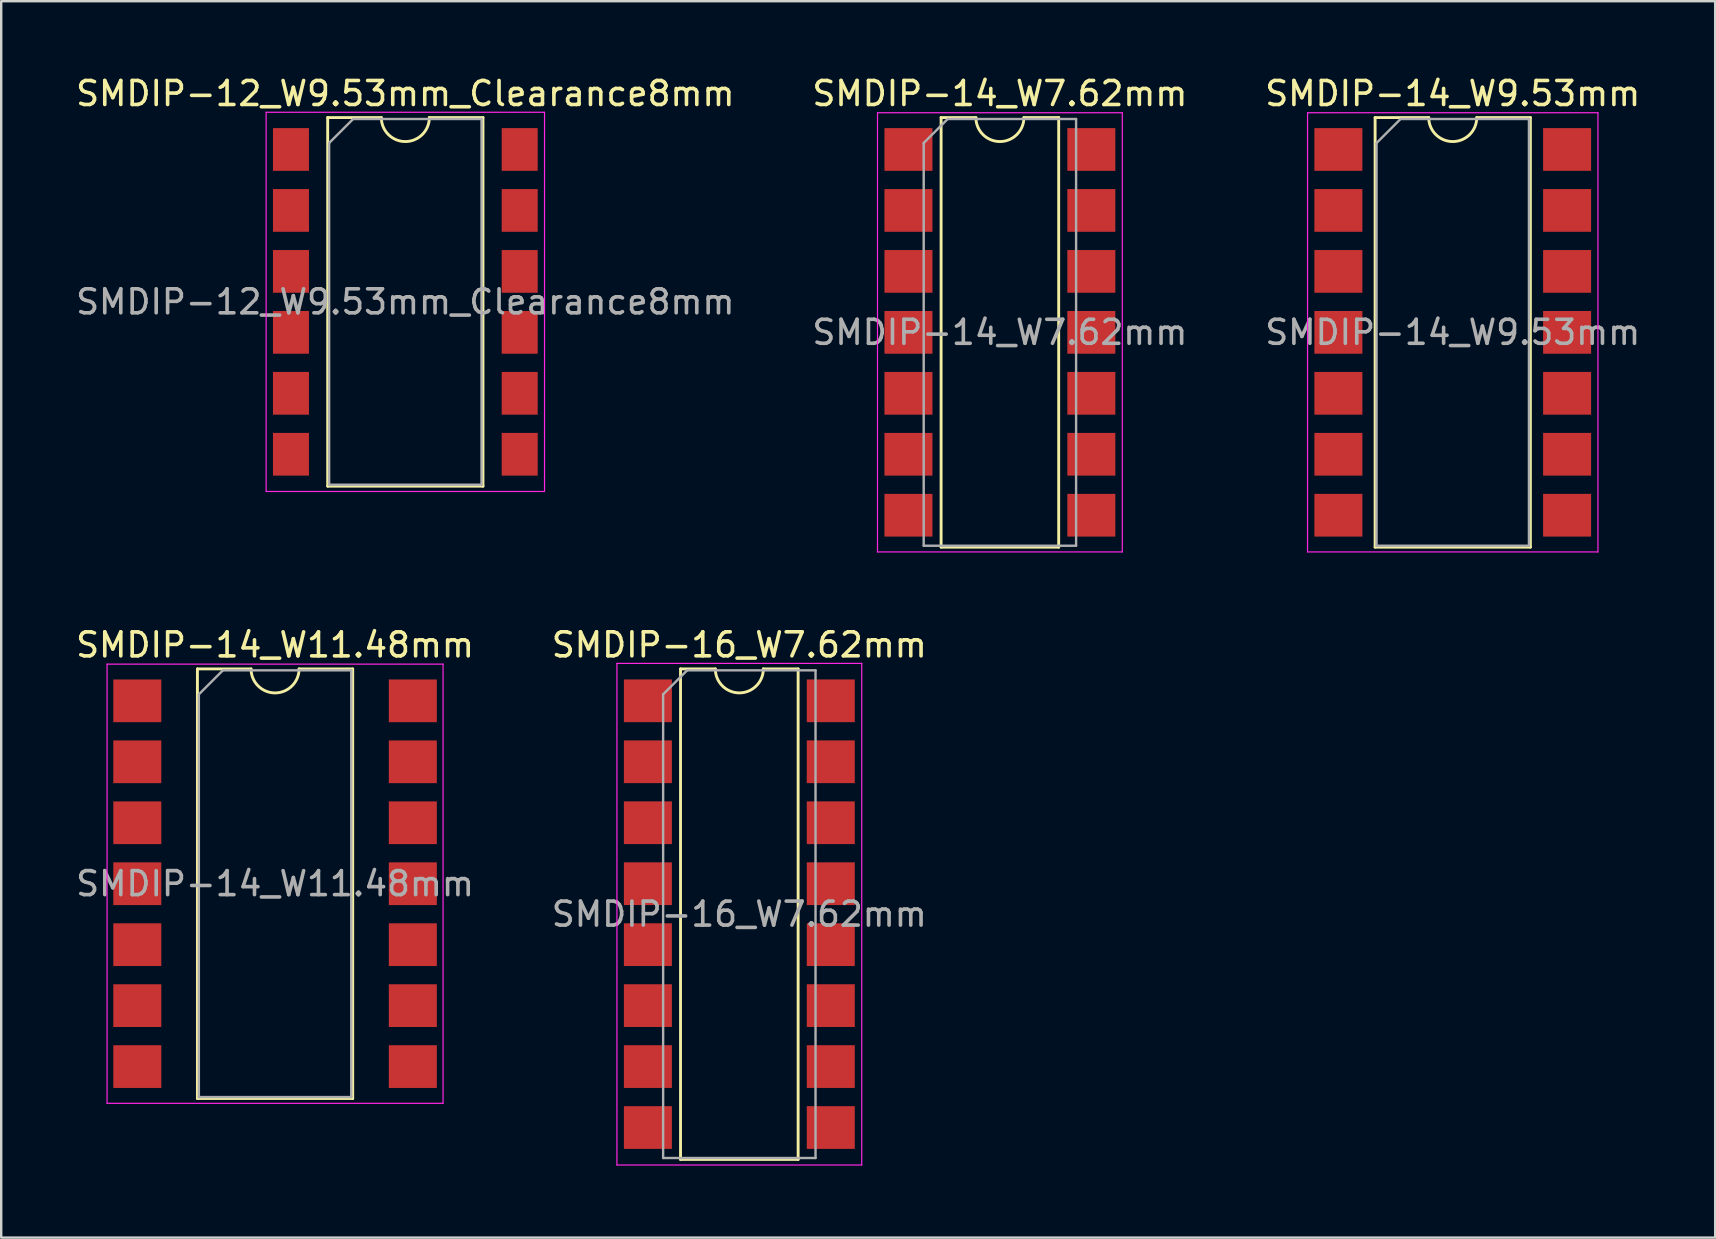
<source format=kicad_pcb>
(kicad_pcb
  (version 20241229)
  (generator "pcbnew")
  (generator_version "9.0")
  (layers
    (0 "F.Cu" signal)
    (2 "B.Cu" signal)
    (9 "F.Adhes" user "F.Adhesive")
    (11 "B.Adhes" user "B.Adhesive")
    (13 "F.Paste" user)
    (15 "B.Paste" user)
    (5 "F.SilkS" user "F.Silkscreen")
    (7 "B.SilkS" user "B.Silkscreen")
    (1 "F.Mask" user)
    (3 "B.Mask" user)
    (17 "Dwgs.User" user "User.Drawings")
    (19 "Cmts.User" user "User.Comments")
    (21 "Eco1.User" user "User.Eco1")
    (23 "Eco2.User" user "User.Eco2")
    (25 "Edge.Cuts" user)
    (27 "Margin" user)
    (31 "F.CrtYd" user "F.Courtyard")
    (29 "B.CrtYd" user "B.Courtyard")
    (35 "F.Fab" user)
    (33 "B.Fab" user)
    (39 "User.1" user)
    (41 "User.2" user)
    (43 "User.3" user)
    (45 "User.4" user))
  (footprint "SMDIP-14_W11.48mm"
    (layer "F.Cu")
    (at 8.411 33.772)
    (property "Reference" "SMDIP-14_W11.48mm" (at 0 -9.95 0) (layer "F.SilkS") (effects (font (size 1 1) (thickness 0.15))))
    (attr smd)
    (fp_line (start -3.235 -8.95) (end -3.235 8.95) (stroke (width 0.12) (type solid)) (layer "F.SilkS"))
    (fp_line (start -3.235 8.95) (end 3.235 8.95) (stroke (width 0.12) (type solid)) (layer "F.SilkS"))
    (fp_line (start -1 -8.95) (end -3.235 -8.95) (stroke (width 0.12) (type solid)) (layer "F.SilkS"))
    (fp_line (start 3.235 -8.95) (end 1 -8.95) (stroke (width 0.12) (type solid)) (layer "F.SilkS"))
    (fp_line (start 3.235 8.95) (end 3.235 -8.95) (stroke (width 0.12) (type solid)) (layer "F.SilkS"))
    (fp_arc (start 1 -8.95) (mid 0 -7.95) (end -1 -8.95) (stroke (width 0.12) (type solid)) (layer "F.SilkS"))
    (fp_line (start -7 -9.15) (end -7 9.15) (stroke (width 0.05) (type solid)) (layer "F.CrtYd"))
    (fp_line (start -7 9.15) (end 7 9.15) (stroke (width 0.05) (type solid)) (layer "F.CrtYd"))
    (fp_line (start 7 -9.15) (end -7 -9.15) (stroke (width 0.05) (type solid)) (layer "F.CrtYd"))
    (fp_line (start 7 9.15) (end 7 -9.15) (stroke (width 0.05) (type solid)) (layer "F.CrtYd"))
    (fp_line (start -3.175 -7.89) (end -2.175 -8.89) (stroke (width 0.1) (type solid)) (layer "F.Fab"))
    (fp_line (start -3.175 8.89) (end -3.175 -7.89) (stroke (width 0.1) (type solid)) (layer "F.Fab"))
    (fp_line (start -2.175 -8.89) (end 3.175 -8.89) (stroke (width 0.1) (type solid)) (layer "F.Fab"))
    (fp_line (start 3.175 -8.89) (end 3.175 8.89) (stroke (width 0.1) (type solid)) (layer "F.Fab"))
    (fp_line (start 3.175 8.89) (end -3.175 8.89) (stroke (width 0.1) (type solid)) (layer "F.Fab"))
    (fp_text user "${REFERENCE}" (at 0 0 0) (layer "F.Fab") (effects (font (size 1 1) (thickness 0.15))))
    (pad "1" smd rect (at -5.74 -7.62) (size 2 1.78) (layers "F.Cu" "F.Mask" "F.Paste"))
    (pad "2" smd rect (at -5.74 -5.08) (size 2 1.78) (layers "F.Cu" "F.Mask" "F.Paste"))
    (pad "3" smd rect (at -5.74 -2.54) (size 2 1.78) (layers "F.Cu" "F.Mask" "F.Paste"))
    (pad "4" smd rect (at -5.74 0) (size 2 1.78) (layers "F.Cu" "F.Mask" "F.Paste"))
    (pad "5" smd rect (at -5.74 2.54) (size 2 1.78) (layers "F.Cu" "F.Mask" "F.Paste"))
    (pad "6" smd rect (at -5.74 5.08) (size 2 1.78) (layers "F.Cu" "F.Mask" "F.Paste"))
    (pad "7" smd rect (at -5.74 7.62) (size 2 1.78) (layers "F.Cu" "F.Mask" "F.Paste"))
    (pad "8" smd rect (at 5.74 7.62) (size 2 1.78) (layers "F.Cu" "F.Mask" "F.Paste"))
    (pad "9" smd rect (at 5.74 5.08) (size 2 1.78) (layers "F.Cu" "F.Mask" "F.Paste"))
    (pad "10" smd rect (at 5.74 2.54) (size 2 1.78) (layers "F.Cu" "F.Mask" "F.Paste"))
    (pad "11" smd rect (at 5.74 0) (size 2 1.78) (layers "F.Cu" "F.Mask" "F.Paste"))
    (pad "12" smd rect (at 5.74 -2.54) (size 2 1.78) (layers "F.Cu" "F.Mask" "F.Paste"))
    (pad "13" smd rect (at 5.74 -5.08) (size 2 1.78) (layers "F.Cu" "F.Mask" "F.Paste"))
    (pad "14" smd rect (at 5.74 -7.62) (size 2 1.78) (layers "F.Cu" "F.Mask" "F.Paste")))
  (footprint "SMDIP-12_W9.53mm_Clearance8mm"
    (layer "F.Cu")
    (at 13.839 9.528)
    (property "Reference" "SMDIP-12_W9.53mm_Clearance8mm" (at 0 -8.68 0) (layer "F.SilkS") (effects (font (size 1 1) (thickness 0.15))))
    (attr smd)
    (fp_line (start -3.235 -7.68) (end -3.235 7.68) (stroke (width 0.12) (type solid)) (layer "F.SilkS"))
    (fp_line (start -3.235 7.68) (end 3.235 7.68) (stroke (width 0.12) (type solid)) (layer "F.SilkS"))
    (fp_line (start -1 -7.68) (end -3.235 -7.68) (stroke (width 0.12) (type solid)) (layer "F.SilkS"))
    (fp_line (start 3.235 -7.68) (end 1 -7.68) (stroke (width 0.12) (type solid)) (layer "F.SilkS"))
    (fp_line (start 3.235 7.68) (end 3.235 -7.68) (stroke (width 0.12) (type solid)) (layer "F.SilkS"))
    (fp_arc (start 1 -7.68) (mid 0 -6.68) (end -1 -7.68) (stroke (width 0.12) (type solid)) (layer "F.SilkS"))
    (fp_line (start -5.8 -7.9) (end -5.8 7.9) (stroke (width 0.05) (type solid)) (layer "F.CrtYd"))
    (fp_line (start -5.8 7.9) (end 5.8 7.9) (stroke (width 0.05) (type solid)) (layer "F.CrtYd"))
    (fp_line (start 5.8 -7.9) (end -5.8 -7.9) (stroke (width 0.05) (type solid)) (layer "F.CrtYd"))
    (fp_line (start 5.8 7.9) (end 5.8 -7.9) (stroke (width 0.05) (type solid)) (layer "F.CrtYd"))
    (fp_line (start -3.175 -6.62) (end -2.175 -7.62) (stroke (width 0.1) (type solid)) (layer "F.Fab"))
    (fp_line (start -3.175 7.62) (end -3.175 -6.62) (stroke (width 0.1) (type solid)) (layer "F.Fab"))
    (fp_line (start -2.175 -7.62) (end 3.175 -7.62) (stroke (width 0.1) (type solid)) (layer "F.Fab"))
    (fp_line (start 3.175 -7.62) (end 3.175 7.62) (stroke (width 0.1) (type solid)) (layer "F.Fab"))
    (fp_line (start 3.175 7.62) (end -3.175 7.62) (stroke (width 0.1) (type solid)) (layer "F.Fab"))
    (fp_text user "${REFERENCE}" (at 0 0 0) (layer "F.Fab") (effects (font (size 1 1) (thickness 0.15))))
    (pad "1" smd rect (at -4.765 -6.35) (size 1.5 1.78) (layers "F.Cu" "F.Mask" "F.Paste"))
    (pad "2" smd rect (at -4.765 -3.81) (size 1.5 1.78) (layers "F.Cu" "F.Mask" "F.Paste"))
    (pad "3" smd rect (at -4.765 -1.27) (size 1.5 1.78) (layers "F.Cu" "F.Mask" "F.Paste"))
    (pad "4" smd rect (at -4.765 1.27) (size 1.5 1.78) (layers "F.Cu" "F.Mask" "F.Paste"))
    (pad "5" smd rect (at -4.765 3.81) (size 1.5 1.78) (layers "F.Cu" "F.Mask" "F.Paste"))
    (pad "6" smd rect (at -4.765 6.35) (size 1.5 1.78) (layers "F.Cu" "F.Mask" "F.Paste"))
    (pad "7" smd rect (at 4.765 6.35) (size 1.5 1.78) (layers "F.Cu" "F.Mask" "F.Paste"))
    (pad "8" smd rect (at 4.765 3.81) (size 1.5 1.78) (layers "F.Cu" "F.Mask" "F.Paste"))
    (pad "9" smd rect (at 4.765 1.27) (size 1.5 1.78) (layers "F.Cu" "F.Mask" "F.Paste"))
    (pad "10" smd rect (at 4.765 -1.27) (size 1.5 1.78) (layers "F.Cu" "F.Mask" "F.Paste"))
    (pad "11" smd rect (at 4.765 -3.81) (size 1.5 1.78) (layers "F.Cu" "F.Mask" "F.Paste"))
    (pad "12" smd rect (at 4.765 -6.35) (size 1.5 1.78) (layers "F.Cu" "F.Mask" "F.Paste")))
  (footprint "SMDIP-16_W7.62mm"
    (layer "F.Cu")
    (at 27.756 35.041)
    (property "Reference" "SMDIP-16_W7.62mm" (at 0 -11.22 0) (layer "F.SilkS") (effects (font (size 1 1) (thickness 0.15))))
    (attr smd)
    (fp_line (start -2.45 -10.22) (end -2.45 10.22) (stroke (width 0.12) (type solid)) (layer "F.SilkS"))
    (fp_line (start -2.45 10.22) (end 2.45 10.22) (stroke (width 0.12) (type solid)) (layer "F.SilkS"))
    (fp_line (start -1 -10.22) (end -2.45 -10.22) (stroke (width 0.12) (type solid)) (layer "F.SilkS"))
    (fp_line (start 2.45 -10.22) (end 1 -10.22) (stroke (width 0.12) (type solid)) (layer "F.SilkS"))
    (fp_line (start 2.45 10.22) (end 2.45 -10.22) (stroke (width 0.12) (type solid)) (layer "F.SilkS"))
    (fp_arc (start 1 -10.22) (mid 0 -9.22) (end -1 -10.22) (stroke (width 0.12) (type solid)) (layer "F.SilkS"))
    (fp_line (start -5.1 -10.45) (end -5.1 10.45) (stroke (width 0.05) (type solid)) (layer "F.CrtYd"))
    (fp_line (start -5.1 10.45) (end 5.1 10.45) (stroke (width 0.05) (type solid)) (layer "F.CrtYd"))
    (fp_line (start 5.1 -10.45) (end -5.1 -10.45) (stroke (width 0.05) (type solid)) (layer "F.CrtYd"))
    (fp_line (start 5.1 10.45) (end 5.1 -10.45) (stroke (width 0.05) (type solid)) (layer "F.CrtYd"))
    (fp_line (start -3.175 -9.16) (end -2.175 -10.16) (stroke (width 0.1) (type solid)) (layer "F.Fab"))
    (fp_line (start -3.175 10.16) (end -3.175 -9.16) (stroke (width 0.1) (type solid)) (layer "F.Fab"))
    (fp_line (start -2.175 -10.16) (end 3.175 -10.16) (stroke (width 0.1) (type solid)) (layer "F.Fab"))
    (fp_line (start 3.175 -10.16) (end 3.175 10.16) (stroke (width 0.1) (type solid)) (layer "F.Fab"))
    (fp_line (start 3.175 10.16) (end -3.175 10.16) (stroke (width 0.1) (type solid)) (layer "F.Fab"))
    (fp_text user "${REFERENCE}" (at 0 0 0) (layer "F.Fab") (effects (font (size 1 1) (thickness 0.15))))
    (pad "1" smd rect (at -3.81 -8.89) (size 2 1.78) (layers "F.Cu" "F.Mask" "F.Paste"))
    (pad "2" smd rect (at -3.81 -6.35) (size 2 1.78) (layers "F.Cu" "F.Mask" "F.Paste"))
    (pad "3" smd rect (at -3.81 -3.81) (size 2 1.78) (layers "F.Cu" "F.Mask" "F.Paste"))
    (pad "4" smd rect (at -3.81 -1.27) (size 2 1.78) (layers "F.Cu" "F.Mask" "F.Paste"))
    (pad "5" smd rect (at -3.81 1.27) (size 2 1.78) (layers "F.Cu" "F.Mask" "F.Paste"))
    (pad "6" smd rect (at -3.81 3.81) (size 2 1.78) (layers "F.Cu" "F.Mask" "F.Paste"))
    (pad "7" smd rect (at -3.81 6.35) (size 2 1.78) (layers "F.Cu" "F.Mask" "F.Paste"))
    (pad "8" smd rect (at -3.81 8.89) (size 2 1.78) (layers "F.Cu" "F.Mask" "F.Paste"))
    (pad "9" smd rect (at 3.81 8.89) (size 2 1.78) (layers "F.Cu" "F.Mask" "F.Paste"))
    (pad "10" smd rect (at 3.81 6.35) (size 2 1.78) (layers "F.Cu" "F.Mask" "F.Paste"))
    (pad "11" smd rect (at 3.81 3.81) (size 2 1.78) (layers "F.Cu" "F.Mask" "F.Paste"))
    (pad "12" smd rect (at 3.81 1.27) (size 2 1.78) (layers "F.Cu" "F.Mask" "F.Paste"))
    (pad "13" smd rect (at 3.81 -1.27) (size 2 1.78) (layers "F.Cu" "F.Mask" "F.Paste"))
    (pad "14" smd rect (at 3.81 -3.81) (size 2 1.78) (layers "F.Cu" "F.Mask" "F.Paste"))
    (pad "15" smd rect (at 3.81 -6.35) (size 2 1.78) (layers "F.Cu" "F.Mask" "F.Paste"))
    (pad "16" smd rect (at 3.81 -8.89) (size 2 1.78) (layers "F.Cu" "F.Mask" "F.Paste")))
  (footprint "SMDIP-14_W7.62mm"
    (layer "F.Cu")
    (at 38.613 10.798)
    (property "Reference" "SMDIP-14_W7.62mm" (at 0 -9.95 0) (layer "F.SilkS") (effects (font (size 1 1) (thickness 0.15))))
    (attr smd)
    (fp_line (start -2.45 -8.95) (end -2.45 8.95) (stroke (width 0.12) (type solid)) (layer "F.SilkS"))
    (fp_line (start -2.45 8.95) (end 2.45 8.95) (stroke (width 0.12) (type solid)) (layer "F.SilkS"))
    (fp_line (start -1 -8.95) (end -2.45 -8.95) (stroke (width 0.12) (type solid)) (layer "F.SilkS"))
    (fp_line (start 2.45 -8.95) (end 1 -8.95) (stroke (width 0.12) (type solid)) (layer "F.SilkS"))
    (fp_line (start 2.45 8.95) (end 2.45 -8.95) (stroke (width 0.12) (type solid)) (layer "F.SilkS"))
    (fp_arc (start 1 -8.95) (mid 0 -7.95) (end -1 -8.95) (stroke (width 0.12) (type solid)) (layer "F.SilkS"))
    (fp_line (start -5.1 -9.15) (end -5.1 9.15) (stroke (width 0.05) (type solid)) (layer "F.CrtYd"))
    (fp_line (start -5.1 9.15) (end 5.1 9.15) (stroke (width 0.05) (type solid)) (layer "F.CrtYd"))
    (fp_line (start 5.1 -9.15) (end -5.1 -9.15) (stroke (width 0.05) (type solid)) (layer "F.CrtYd"))
    (fp_line (start 5.1 9.15) (end 5.1 -9.15) (stroke (width 0.05) (type solid)) (layer "F.CrtYd"))
    (fp_line (start -3.175 -7.89) (end -2.175 -8.89) (stroke (width 0.1) (type solid)) (layer "F.Fab"))
    (fp_line (start -3.175 8.89) (end -3.175 -7.89) (stroke (width 0.1) (type solid)) (layer "F.Fab"))
    (fp_line (start -2.175 -8.89) (end 3.175 -8.89) (stroke (width 0.1) (type solid)) (layer "F.Fab"))
    (fp_line (start 3.175 -8.89) (end 3.175 8.89) (stroke (width 0.1) (type solid)) (layer "F.Fab"))
    (fp_line (start 3.175 8.89) (end -3.175 8.89) (stroke (width 0.1) (type solid)) (layer "F.Fab"))
    (fp_text user "${REFERENCE}" (at 0 0 0) (layer "F.Fab") (effects (font (size 1 1) (thickness 0.15))))
    (pad "1" smd rect (at -3.81 -7.62) (size 2 1.78) (layers "F.Cu" "F.Mask" "F.Paste"))
    (pad "2" smd rect (at -3.81 -5.08) (size 2 1.78) (layers "F.Cu" "F.Mask" "F.Paste"))
    (pad "3" smd rect (at -3.81 -2.54) (size 2 1.78) (layers "F.Cu" "F.Mask" "F.Paste"))
    (pad "4" smd rect (at -3.81 0) (size 2 1.78) (layers "F.Cu" "F.Mask" "F.Paste"))
    (pad "5" smd rect (at -3.81 2.54) (size 2 1.78) (layers "F.Cu" "F.Mask" "F.Paste"))
    (pad "6" smd rect (at -3.81 5.08) (size 2 1.78) (layers "F.Cu" "F.Mask" "F.Paste"))
    (pad "7" smd rect (at -3.81 7.62) (size 2 1.78) (layers "F.Cu" "F.Mask" "F.Paste"))
    (pad "8" smd rect (at 3.81 7.62) (size 2 1.78) (layers "F.Cu" "F.Mask" "F.Paste"))
    (pad "9" smd rect (at 3.81 5.08) (size 2 1.78) (layers "F.Cu" "F.Mask" "F.Paste"))
    (pad "10" smd rect (at 3.81 2.54) (size 2 1.78) (layers "F.Cu" "F.Mask" "F.Paste"))
    (pad "11" smd rect (at 3.81 0) (size 2 1.78) (layers "F.Cu" "F.Mask" "F.Paste"))
    (pad "12" smd rect (at 3.81 -2.54) (size 2 1.78) (layers "F.Cu" "F.Mask" "F.Paste"))
    (pad "13" smd rect (at 3.81 -5.08) (size 2 1.78) (layers "F.Cu" "F.Mask" "F.Paste"))
    (pad "14" smd rect (at 3.81 -7.62) (size 2 1.78) (layers "F.Cu" "F.Mask" "F.Paste")))
  (footprint "SMDIP-14_W9.53mm"
    (layer "F.Cu")
    (at 57.482 10.798)
    (property "Reference" "SMDIP-14_W9.53mm" (at 0 -9.95 0) (layer "F.SilkS") (effects (font (size 1 1) (thickness 0.15))))
    (attr smd)
    (fp_line (start -3.235 -8.95) (end -3.235 8.95) (stroke (width 0.12) (type solid)) (layer "F.SilkS"))
    (fp_line (start -3.235 8.95) (end 3.235 8.95) (stroke (width 0.12) (type solid)) (layer "F.SilkS"))
    (fp_line (start -1 -8.95) (end -3.235 -8.95) (stroke (width 0.12) (type solid)) (layer "F.SilkS"))
    (fp_line (start 3.235 -8.95) (end 1 -8.95) (stroke (width 0.12) (type solid)) (layer "F.SilkS"))
    (fp_line (start 3.235 8.95) (end 3.235 -8.95) (stroke (width 0.12) (type solid)) (layer "F.SilkS"))
    (fp_arc (start 1 -8.95) (mid 0 -7.95) (end -1 -8.95) (stroke (width 0.12) (type solid)) (layer "F.SilkS"))
    (fp_line (start -6.05 -9.15) (end -6.05 9.15) (stroke (width 0.05) (type solid)) (layer "F.CrtYd"))
    (fp_line (start -6.05 9.15) (end 6.05 9.15) (stroke (width 0.05) (type solid)) (layer "F.CrtYd"))
    (fp_line (start 6.05 -9.15) (end -6.05 -9.15) (stroke (width 0.05) (type solid)) (layer "F.CrtYd"))
    (fp_line (start 6.05 9.15) (end 6.05 -9.15) (stroke (width 0.05) (type solid)) (layer "F.CrtYd"))
    (fp_line (start -3.175 -7.89) (end -2.175 -8.89) (stroke (width 0.1) (type solid)) (layer "F.Fab"))
    (fp_line (start -3.175 8.89) (end -3.175 -7.89) (stroke (width 0.1) (type solid)) (layer "F.Fab"))
    (fp_line (start -2.175 -8.89) (end 3.175 -8.89) (stroke (width 0.1) (type solid)) (layer "F.Fab"))
    (fp_line (start 3.175 -8.89) (end 3.175 8.89) (stroke (width 0.1) (type solid)) (layer "F.Fab"))
    (fp_line (start 3.175 8.89) (end -3.175 8.89) (stroke (width 0.1) (type solid)) (layer "F.Fab"))
    (fp_text user "${REFERENCE}" (at 0 0 0) (layer "F.Fab") (effects (font (size 1 1) (thickness 0.15))))
    (pad "1" smd rect (at -4.765 -7.62) (size 2 1.78) (layers "F.Cu" "F.Mask" "F.Paste"))
    (pad "2" smd rect (at -4.765 -5.08) (size 2 1.78) (layers "F.Cu" "F.Mask" "F.Paste"))
    (pad "3" smd rect (at -4.765 -2.54) (size 2 1.78) (layers "F.Cu" "F.Mask" "F.Paste"))
    (pad "4" smd rect (at -4.765 0) (size 2 1.78) (layers "F.Cu" "F.Mask" "F.Paste"))
    (pad "5" smd rect (at -4.765 2.54) (size 2 1.78) (layers "F.Cu" "F.Mask" "F.Paste"))
    (pad "6" smd rect (at -4.765 5.08) (size 2 1.78) (layers "F.Cu" "F.Mask" "F.Paste"))
    (pad "7" smd rect (at -4.765 7.62) (size 2 1.78) (layers "F.Cu" "F.Mask" "F.Paste"))
    (pad "8" smd rect (at 4.765 7.62) (size 2 1.78) (layers "F.Cu" "F.Mask" "F.Paste"))
    (pad "9" smd rect (at 4.765 5.08) (size 2 1.78) (layers "F.Cu" "F.Mask" "F.Paste"))
    (pad "10" smd rect (at 4.765 2.54) (size 2 1.78) (layers "F.Cu" "F.Mask" "F.Paste"))
    (pad "11" smd rect (at 4.765 0) (size 2 1.78) (layers "F.Cu" "F.Mask" "F.Paste"))
    (pad "12" smd rect (at 4.765 -2.54) (size 2 1.78) (layers "F.Cu" "F.Mask" "F.Paste"))
    (pad "13" smd rect (at 4.765 -5.08) (size 2 1.78) (layers "F.Cu" "F.Mask" "F.Paste"))
    (pad "14" smd rect (at 4.765 -7.62) (size 2 1.78) (layers "F.Cu" "F.Mask" "F.Paste")))
  (gr_rect
    (start -3 -3)
    (end 68.417 48.517)
    (stroke (width 0.1) (type default))
    (fill no)
    (layer "Edge.Cuts")))
</source>
